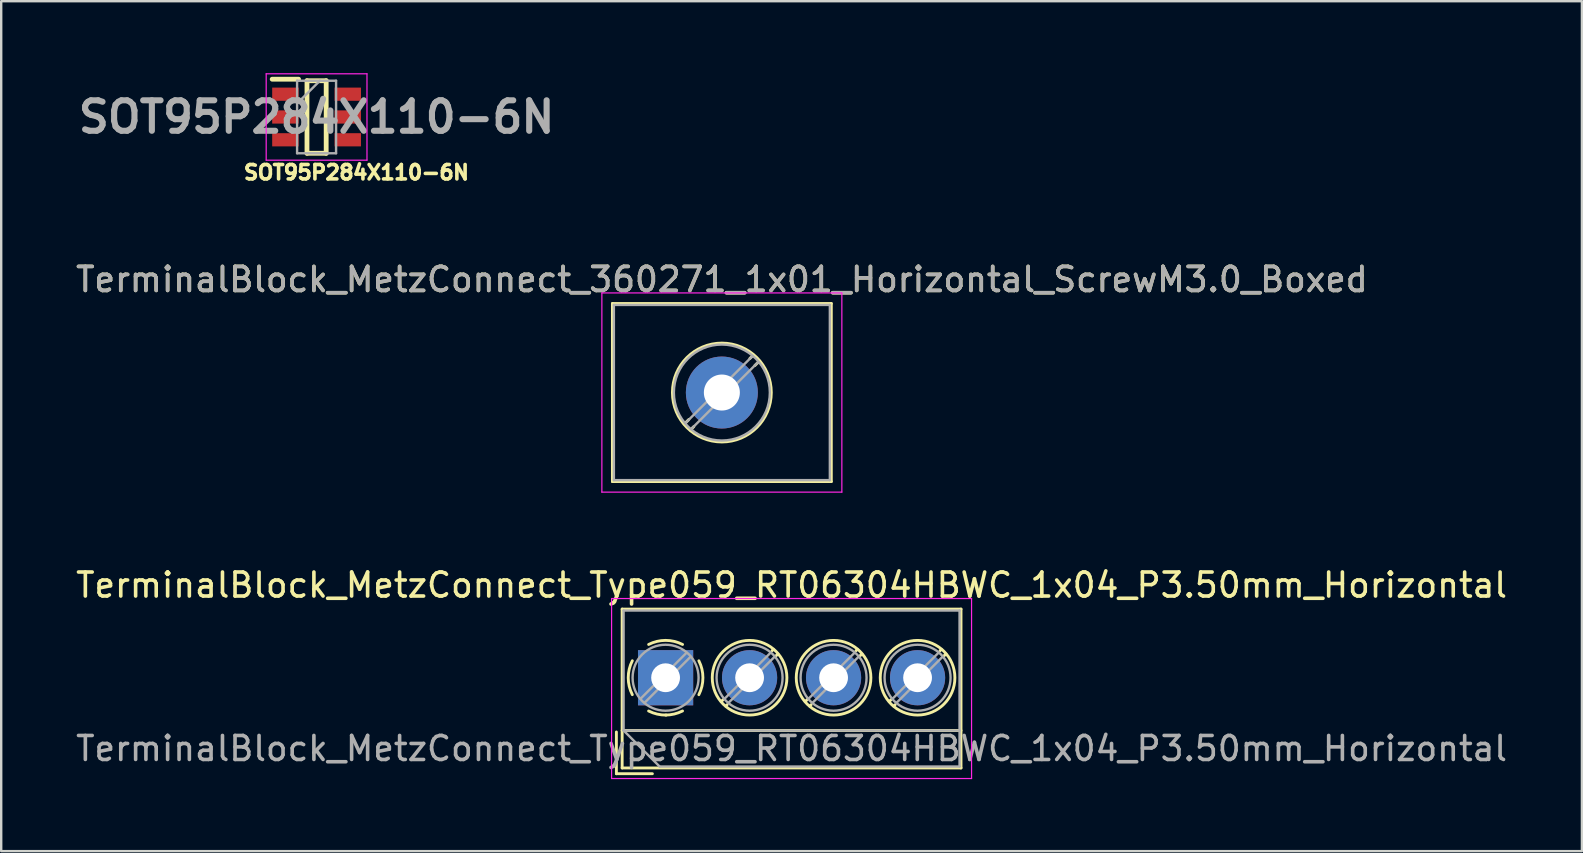
<source format=kicad_pcb>
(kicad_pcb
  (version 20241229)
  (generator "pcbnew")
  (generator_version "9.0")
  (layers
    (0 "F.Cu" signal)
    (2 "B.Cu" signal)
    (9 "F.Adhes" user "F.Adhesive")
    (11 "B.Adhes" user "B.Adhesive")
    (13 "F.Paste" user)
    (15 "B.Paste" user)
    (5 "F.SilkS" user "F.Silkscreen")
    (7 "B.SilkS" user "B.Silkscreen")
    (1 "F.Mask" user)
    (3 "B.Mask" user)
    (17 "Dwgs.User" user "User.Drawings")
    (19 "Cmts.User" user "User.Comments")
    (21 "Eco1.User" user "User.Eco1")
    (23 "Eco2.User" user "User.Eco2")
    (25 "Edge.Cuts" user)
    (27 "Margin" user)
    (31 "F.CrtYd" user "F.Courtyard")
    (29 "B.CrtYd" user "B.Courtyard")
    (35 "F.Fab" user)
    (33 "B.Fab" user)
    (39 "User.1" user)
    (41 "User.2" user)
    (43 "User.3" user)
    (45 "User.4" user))
  (footprint "TerminalBlock_MetzConnect_Type059_RT06304HBWC_1x04_P3.50mm_Horizontal"
    (layer "F.Cu")
    (at 24.685 25.191)
    (property "Reference" "TerminalBlock_MetzConnect_Type059_RT06304HBWC_1x04_P3.50mm_Horizontal" (at 5.25 -3.86 0) (layer "F.SilkS") (effects (font (size 1 1) (thickness 0.15))))
    (attr through_hole)
    (fp_line (start -2.05 2.26) (end -2.05 4) (stroke (width 0.12) (type solid)) (layer "F.SilkS"))
    (fp_line (start -2.05 4) (end -0.55 4) (stroke (width 0.12) (type solid)) (layer "F.SilkS"))
    (fp_line (start -1.81 -2.86) (end -1.81 3.76) (stroke (width 0.12) (type solid)) (layer "F.SilkS"))
    (fp_line (start -1.81 -2.86) (end 12.31 -2.86) (stroke (width 0.12) (type solid)) (layer "F.SilkS"))
    (fp_line (start -1.81 2.2) (end 12.31 2.2) (stroke (width 0.12) (type solid)) (layer "F.SilkS"))
    (fp_line (start -1.81 3.76) (end 12.31 3.76) (stroke (width 0.12) (type solid)) (layer "F.SilkS"))
    (fp_line (start 2.397 0.914) (end 2.321 0.99) (stroke (width 0.12) (type solid)) (layer "F.SilkS"))
    (fp_line (start 2.565 1.125) (end 2.511 1.18) (stroke (width 0.12) (type solid)) (layer "F.SilkS"))
    (fp_line (start 4.49 -1.18) (end 4.436 -1.126) (stroke (width 0.12) (type solid)) (layer "F.SilkS"))
    (fp_line (start 4.68 -0.99) (end 4.604 -0.914) (stroke (width 0.12) (type solid)) (layer "F.SilkS"))
    (fp_line (start 5.897 0.914) (end 5.821 0.99) (stroke (width 0.12) (type solid)) (layer "F.SilkS"))
    (fp_line (start 6.065 1.125) (end 6.011 1.18) (stroke (width 0.12) (type solid)) (layer "F.SilkS"))
    (fp_line (start 7.99 -1.18) (end 7.936 -1.126) (stroke (width 0.12) (type solid)) (layer "F.SilkS"))
    (fp_line (start 8.18 -0.99) (end 8.104 -0.914) (stroke (width 0.12) (type solid)) (layer "F.SilkS"))
    (fp_line (start 9.397 0.914) (end 9.321 0.99) (stroke (width 0.12) (type solid)) (layer "F.SilkS"))
    (fp_line (start 9.565 1.125) (end 9.511 1.18) (stroke (width 0.12) (type solid)) (layer "F.SilkS"))
    (fp_line (start 11.49 -1.18) (end 11.436 -1.126) (stroke (width 0.12) (type solid)) (layer "F.SilkS"))
    (fp_line (start 11.68 -0.99) (end 11.604 -0.914) (stroke (width 0.12) (type solid)) (layer "F.SilkS"))
    (fp_line (start 12.31 -2.86) (end 12.31 3.76) (stroke (width 0.12) (type solid)) (layer "F.SilkS"))
    (fp_arc (start -1.386645 0.705733) (mid -1.555906 -0.000711) (end -1.386 -0.707) (stroke (width 0.12) (type solid)) (layer "F.SilkS"))
    (fp_arc (start -0.705733 -1.386645) (mid 0.000711 -1.555906) (end 0.707 -1.386) (stroke (width 0.12) (type solid)) (layer "F.SilkS"))
    (fp_arc (start 0.026444 1.555682) (mid -0.350695 1.515869) (end -0.707 1.386) (stroke (width 0.12) (type solid)) (layer "F.SilkS"))
    (fp_arc (start 0.705955 1.385515) (mid 0.363007 1.512035) (end 0 1.555) (stroke (width 0.12) (type solid)) (layer "F.SilkS"))
    (fp_arc (start 1.386645 -0.705733) (mid 1.555906 0.000711) (end 1.386 0.707) (stroke (width 0.12) (type solid)) (layer "F.SilkS"))
    (fp_circle (center 3.5 0) (end 5.055 0) (stroke (width 0.12) (type solid)) (fill no) (layer "F.SilkS"))
    (fp_circle (center 7 0) (end 8.555 0) (stroke (width 0.12) (type solid)) (fill no) (layer "F.SilkS"))
    (fp_circle (center 10.5 0) (end 12.055 0) (stroke (width 0.12) (type solid)) (fill no) (layer "F.SilkS"))
    (fp_line (start -2.25 -3.3) (end -2.25 4.2) (stroke (width 0.05) (type solid)) (layer "F.CrtYd"))
    (fp_line (start -2.25 4.2) (end 12.75 4.2) (stroke (width 0.05) (type solid)) (layer "F.CrtYd"))
    (fp_line (start 12.75 -3.3) (end -2.25 -3.3) (stroke (width 0.05) (type solid)) (layer "F.CrtYd"))
    (fp_line (start 12.75 4.2) (end 12.75 -3.3) (stroke (width 0.05) (type solid)) (layer "F.CrtYd"))
    (fp_line (start -1.75 -2.8) (end 12.25 -2.8) (stroke (width 0.1) (type solid)) (layer "F.Fab"))
    (fp_line (start -1.75 2.2) (end -1.75 -2.8) (stroke (width 0.1) (type solid)) (layer "F.Fab"))
    (fp_line (start -1.75 2.2) (end 12.25 2.2) (stroke (width 0.1) (type solid)) (layer "F.Fab"))
    (fp_line (start -0.25 3.7) (end -1.75 2.2) (stroke (width 0.1) (type solid)) (layer "F.Fab"))
    (fp_line (start 0.876 -1.043) (end -1.043 0.875) (stroke (width 0.1) (type solid)) (layer "F.Fab"))
    (fp_line (start 1.043 -0.875) (end -0.876 1.043) (stroke (width 0.1) (type solid)) (layer "F.Fab"))
    (fp_line (start 4.376 -1.043) (end 2.458 0.875) (stroke (width 0.1) (type solid)) (layer "F.Fab"))
    (fp_line (start 4.543 -0.875) (end 2.625 1.043) (stroke (width 0.1) (type solid)) (layer "F.Fab"))
    (fp_line (start 7.876 -1.043) (end 5.958 0.875) (stroke (width 0.1) (type solid)) (layer "F.Fab"))
    (fp_line (start 8.043 -0.875) (end 6.125 1.043) (stroke (width 0.1) (type solid)) (layer "F.Fab"))
    (fp_line (start 11.376 -1.043) (end 9.458 0.875) (stroke (width 0.1) (type solid)) (layer "F.Fab"))
    (fp_line (start 11.543 -0.875) (end 9.625 1.043) (stroke (width 0.1) (type solid)) (layer "F.Fab"))
    (fp_line (start 12.25 -2.8) (end 12.25 3.7) (stroke (width 0.1) (type solid)) (layer "F.Fab"))
    (fp_line (start 12.25 3.7) (end -0.25 3.7) (stroke (width 0.1) (type solid)) (layer "F.Fab"))
    (fp_circle (center 0 0) (end 1.375 0) (stroke (width 0.1) (type solid)) (fill no) (layer "F.Fab"))
    (fp_circle (center 3.5 0) (end 4.875 0) (stroke (width 0.1) (type solid)) (fill no) (layer "F.Fab"))
    (fp_circle (center 7 0) (end 8.375 0) (stroke (width 0.1) (type solid)) (fill no) (layer "F.Fab"))
    (fp_circle (center 10.5 0) (end 11.875 0) (stroke (width 0.1) (type solid)) (fill no) (layer "F.Fab"))
    (fp_text user "${REFERENCE}" (at 5.25 2.95 0) (layer "F.Fab") (effects (font (size 1 1) (thickness 0.15))))
    (pad "1" thru_hole rect (at 0 0) (size 2.3 2.3) (drill 1.2) (layers "*.Cu" "*.Mask"))
    (pad "2" thru_hole circle (at 3.5 0) (size 2.3 2.3) (drill 1.2) (layers "*.Cu" "*.Mask"))
    (pad "3" thru_hole circle (at 7 0) (size 2.3 2.3) (drill 1.2) (layers "*.Cu" "*.Mask"))
    (pad "4" thru_hole circle (at 10.5 0) (size 2.3 2.3) (drill 1.2) (layers "*.Cu" "*.Mask")))
  (footprint "TerminalBlock_MetzConnect_360271_1x01_Horizontal_ScrewM3.0_Boxed"
    (layer "F.Cu")
    (at 27.03 13.307)
    (property "Reference" "TerminalBlock_MetzConnect_360271_1x01_Horizontal_ScrewM3.0_Boxed" (at 0 -4.71 0) (layer "F.SilkS") (effects (font (size 1 1) (thickness 0.15))))
    (attr through_hole)
    (fp_line (start -4.56 -3.71) (end -4.56 3.71) (stroke (width 0.12) (type solid)) (layer "F.SilkS"))
    (fp_line (start -4.56 -3.71) (end 4.56 -3.71) (stroke (width 0.12) (type solid)) (layer "F.SilkS"))
    (fp_line (start -4.56 3.71) (end 4.56 3.71) (stroke (width 0.12) (type solid)) (layer "F.SilkS"))
    (fp_line (start -1.376 1.124) (end -1.563 1.311) (stroke (width 0.12) (type solid)) (layer "F.SilkS"))
    (fp_line (start -1.168 1.419) (end -1.312 1.563) (stroke (width 0.12) (type solid)) (layer "F.SilkS"))
    (fp_line (start 1.312 -1.563) (end 1.168 -1.419) (stroke (width 0.12) (type solid)) (layer "F.SilkS"))
    (fp_line (start 1.563 -1.311) (end 1.376 -1.125) (stroke (width 0.12) (type solid)) (layer "F.SilkS"))
    (fp_line (start 4.56 -3.71) (end 4.56 3.71) (stroke (width 0.12) (type solid)) (layer "F.SilkS"))
    (fp_circle (center 0 0) (end 2.06 0) (stroke (width 0.12) (type solid)) (fill no) (layer "F.SilkS"))
    (fp_line (start -5 -4.15) (end -5 4.15) (stroke (width 0.05) (type solid)) (layer "F.CrtYd"))
    (fp_line (start -5 4.15) (end 5 4.15) (stroke (width 0.05) (type solid)) (layer "F.CrtYd"))
    (fp_line (start 5 -4.15) (end -5 -4.15) (stroke (width 0.05) (type solid)) (layer "F.CrtYd"))
    (fp_line (start 5 4.15) (end 5 -4.15) (stroke (width 0.05) (type solid)) (layer "F.CrtYd"))
    (fp_line (start -4.5 -3.65) (end -4.5 3.65) (stroke (width 0.1) (type solid)) (layer "F.Fab"))
    (fp_line (start -4.5 -3.65) (end 4.5 -3.65) (stroke (width 0.1) (type solid)) (layer "F.Fab"))
    (fp_line (start -4.5 3.65) (end 4.5 3.65) (stroke (width 0.1) (type solid)) (layer "F.Fab"))
    (fp_line (start 1.273 -1.517) (end -1.517 1.273) (stroke (width 0.1) (type solid)) (layer "F.Fab"))
    (fp_line (start 1.517 -1.273) (end -1.273 1.517) (stroke (width 0.1) (type solid)) (layer "F.Fab"))
    (fp_line (start 4.5 -3.65) (end 4.5 3.65) (stroke (width 0.1) (type solid)) (layer "F.Fab"))
    (fp_circle (center 0 0) (end 2 0) (stroke (width 0.1) (type solid)) (fill no) (layer "F.Fab"))
    (fp_text user "${REFERENCE}" (at 0 -4.71 0) (layer "F.Fab") (effects (font (size 1 1) (thickness 0.15))))
    (pad "1" thru_hole circle (at 0 0) (size 3 3) (drill 1.5) (layers "*.Cu" "*.Mask")))
  (footprint "SOT95P284X110-6N"
    (layer "F.Cu")
    (at 10.142 1.825)
    (property "Reference" "SOT95P284X110-6N" (at 1.66 2.31 0) (layer "F.SilkS") (effects (font (size 0.6 0.6) (thickness 0.15))))
    (attr smd)
    (fp_line (start -1.85 -1.575) (end -0.75 -1.575) (stroke (width 0.2) (type solid)) (layer "F.SilkS"))
    (fp_line (start -0.4 -1.512) (end 0.4 -1.512) (stroke (width 0.2) (type solid)) (layer "F.SilkS"))
    (fp_line (start -0.4 1.512) (end -0.4 -1.512) (stroke (width 0.2) (type solid)) (layer "F.SilkS"))
    (fp_line (start 0.4 -1.512) (end 0.4 1.512) (stroke (width 0.2) (type solid)) (layer "F.SilkS"))
    (fp_line (start 0.4 1.512) (end -0.4 1.512) (stroke (width 0.2) (type solid)) (layer "F.SilkS"))
    (fp_line (start -2.1 -1.8) (end 2.1 -1.8) (stroke (width 0.05) (type solid)) (layer "F.CrtYd"))
    (fp_line (start -2.1 1.8) (end -2.1 -1.8) (stroke (width 0.05) (type solid)) (layer "F.CrtYd"))
    (fp_line (start 2.1 -1.8) (end 2.1 1.8) (stroke (width 0.05) (type solid)) (layer "F.CrtYd"))
    (fp_line (start 2.1 1.8) (end -2.1 1.8) (stroke (width 0.05) (type solid)) (layer "F.CrtYd"))
    (fp_line (start -0.812 -1.512) (end 0.812 -1.512) (stroke (width 0.1) (type solid)) (layer "F.Fab"))
    (fp_line (start -0.812 -0.562) (end 0.138 -1.512) (stroke (width 0.1) (type solid)) (layer "F.Fab"))
    (fp_line (start -0.812 1.512) (end -0.812 -1.512) (stroke (width 0.1) (type solid)) (layer "F.Fab"))
    (fp_line (start 0.812 -1.512) (end 0.812 1.512) (stroke (width 0.1) (type solid)) (layer "F.Fab"))
    (fp_line (start 0.812 1.512) (end -0.812 1.512) (stroke (width 0.1) (type solid)) (layer "F.Fab"))
    (fp_text user "${REFERENCE}" (at 0 0 0) (layer "F.Fab") (effects (font (size 1.27 1.27) (thickness 0.254))))
    (pad "1" smd rect (at -1.3 -0.95 90) (size 0.55 1.1) (layers "F.Cu" "F.Mask" "F.Paste"))
    (pad "2" smd rect (at -1.3 0 90) (size 0.55 1.1) (layers "F.Cu" "F.Mask" "F.Paste"))
    (pad "3" smd rect (at -1.3 0.95 90) (size 0.55 1.1) (layers "F.Cu" "F.Mask" "F.Paste"))
    (pad "4" smd rect (at 1.3 0.95 90) (size 0.55 1.1) (layers "F.Cu" "F.Mask" "F.Paste"))
    (pad "5" smd rect (at 1.3 0 90) (size 0.55 1.1) (layers "F.Cu" "F.Mask" "F.Paste"))
    (pad "6" smd rect (at 1.3 -0.95 90) (size 0.55 1.1) (layers "F.Cu" "F.Mask" "F.Paste")))
  (gr_rect
    (start -3 -3)
    (end 62.869 32.416)
    (stroke (width 0.1) (type default))
    (fill no)
    (layer "Edge.Cuts")))
</source>
